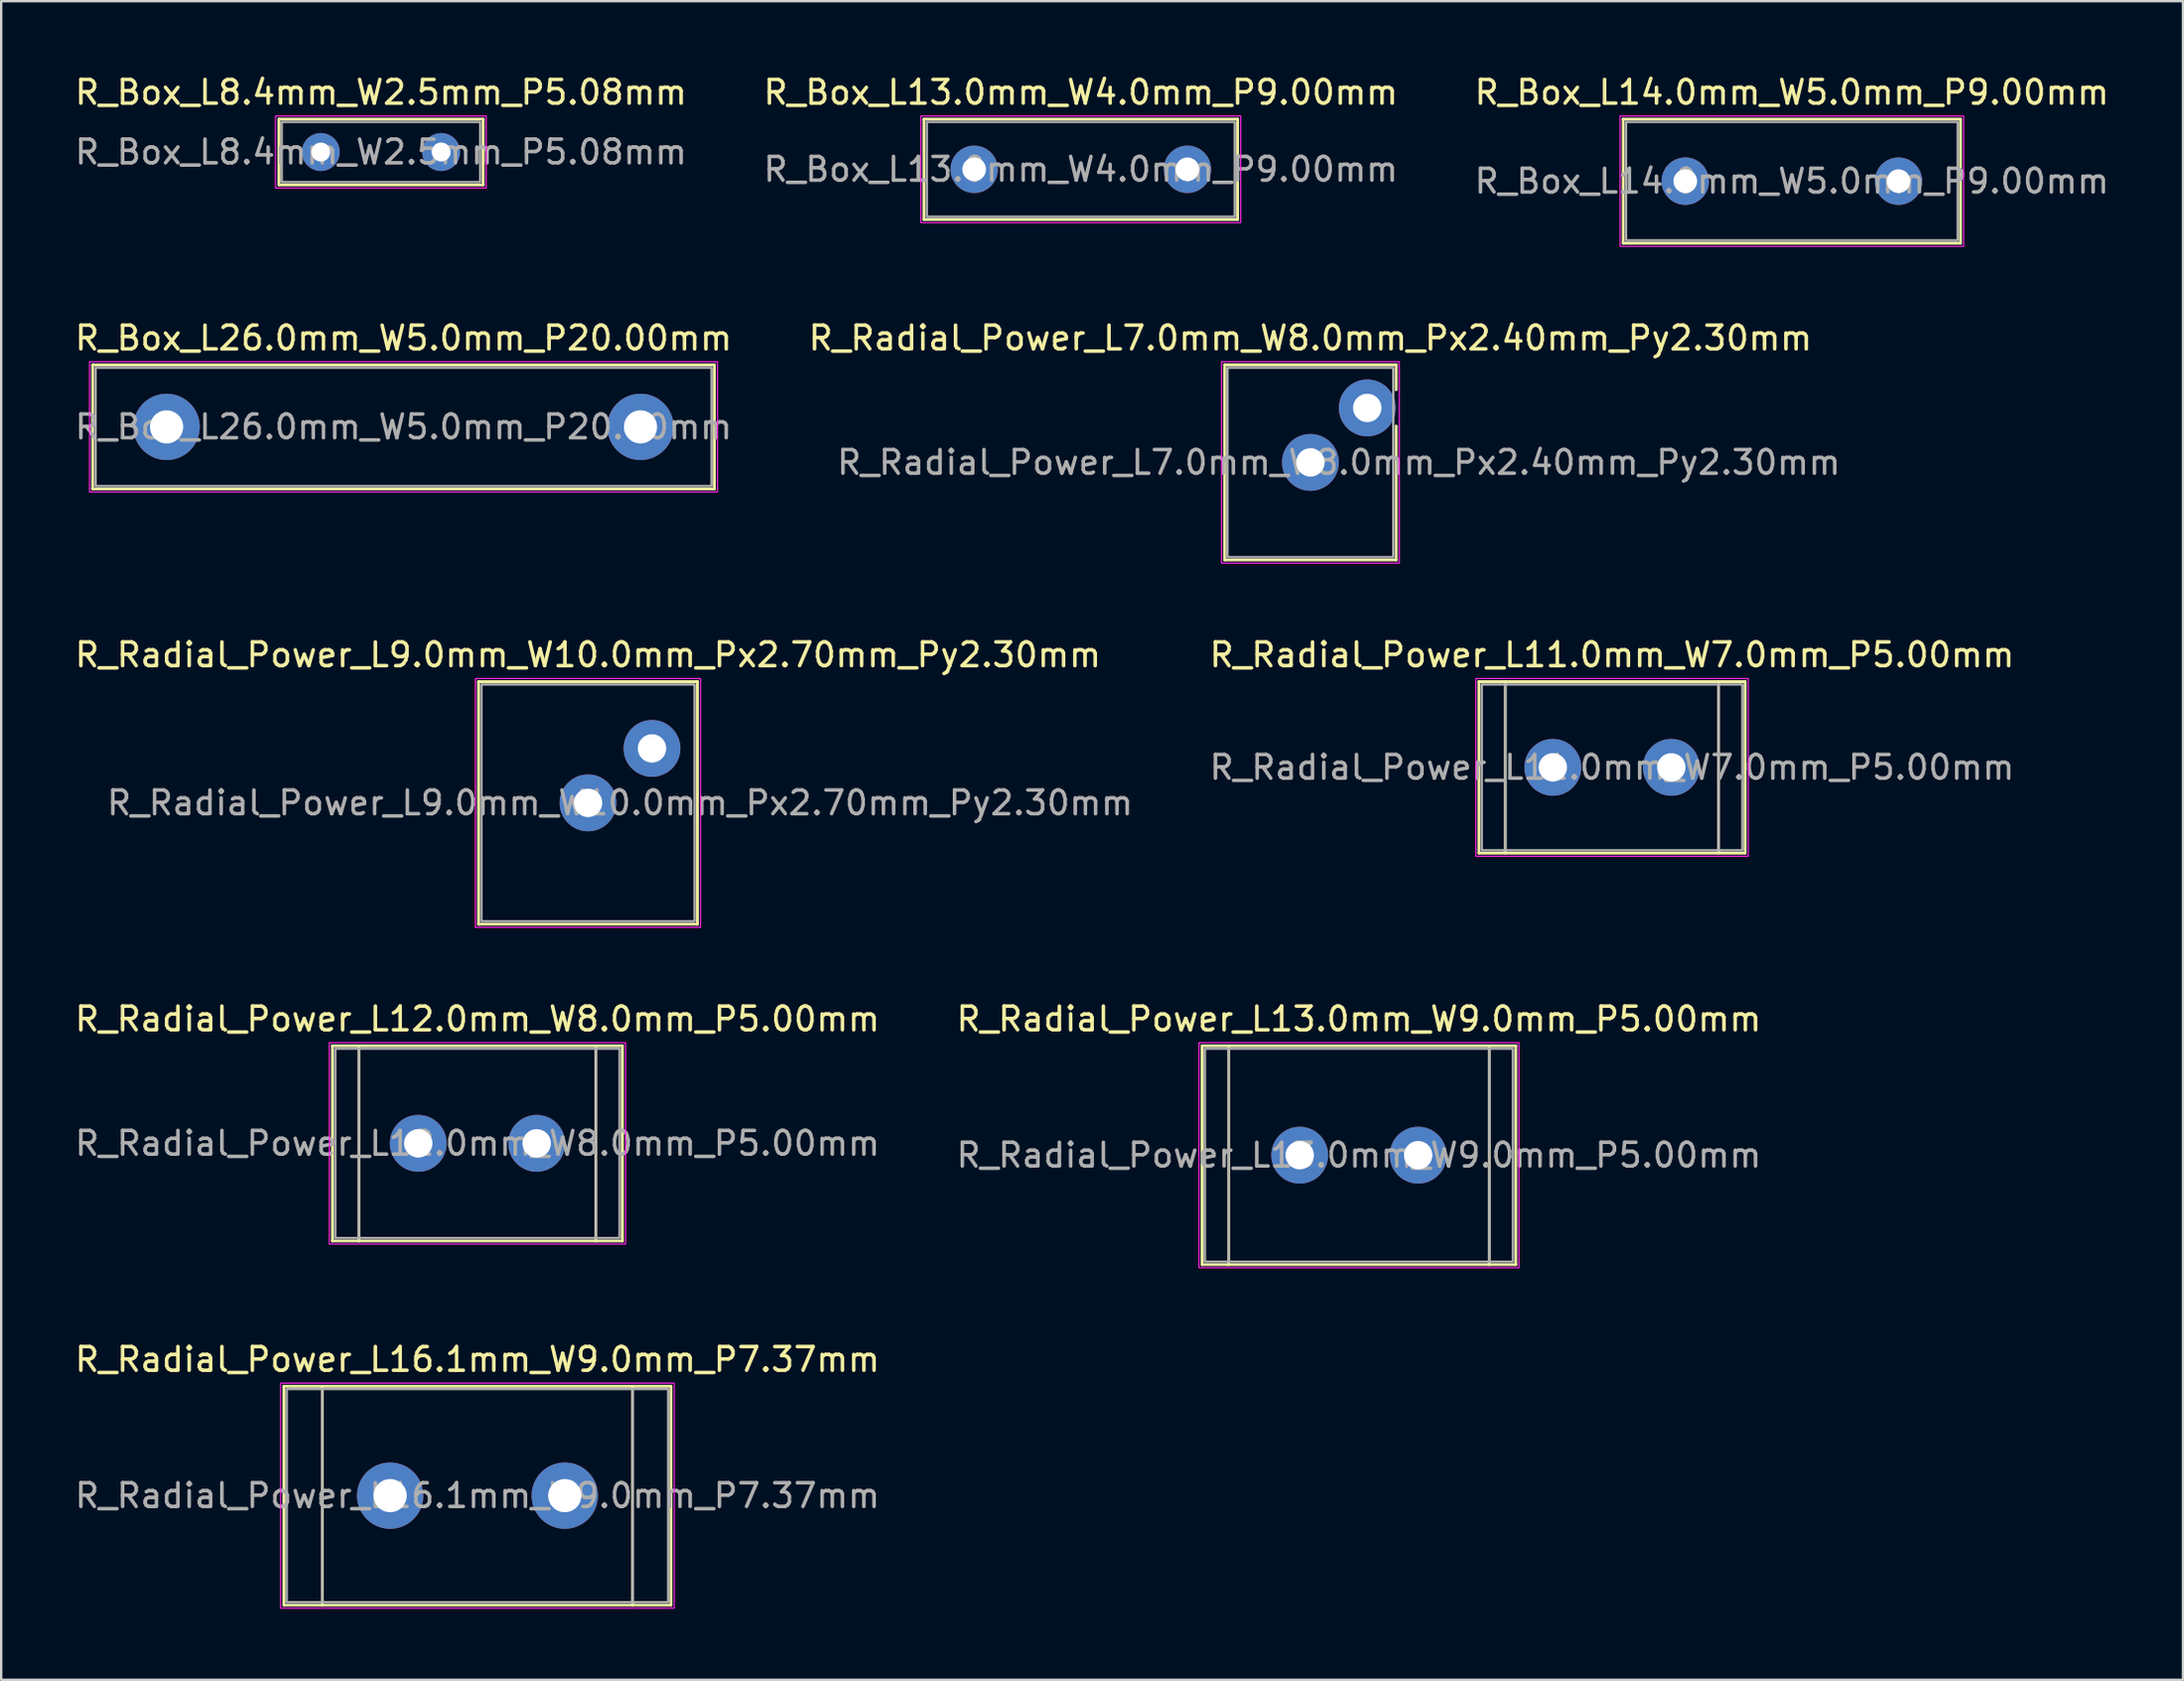
<source format=kicad_pcb>
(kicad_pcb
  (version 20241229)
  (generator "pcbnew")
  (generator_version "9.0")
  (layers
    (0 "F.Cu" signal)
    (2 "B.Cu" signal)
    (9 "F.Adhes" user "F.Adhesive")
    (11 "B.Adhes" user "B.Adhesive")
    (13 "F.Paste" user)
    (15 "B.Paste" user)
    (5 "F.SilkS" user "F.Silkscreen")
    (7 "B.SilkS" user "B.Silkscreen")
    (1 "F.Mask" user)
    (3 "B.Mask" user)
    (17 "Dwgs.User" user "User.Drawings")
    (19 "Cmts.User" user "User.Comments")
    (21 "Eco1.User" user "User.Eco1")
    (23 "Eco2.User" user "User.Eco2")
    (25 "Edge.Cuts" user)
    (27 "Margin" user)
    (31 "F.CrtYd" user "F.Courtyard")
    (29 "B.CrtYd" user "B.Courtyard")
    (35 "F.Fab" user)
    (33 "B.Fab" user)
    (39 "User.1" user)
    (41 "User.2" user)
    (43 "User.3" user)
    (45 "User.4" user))
  (footprint "R_Radial_Power_L12.0mm_W8.0mm_P5.00mm"
    (layer "F.Cu")
    (at 14.601 45.218)
    (property "Reference" "R_Radial_Power_L12.0mm_W8.0mm_P5.00mm" (at 2.5 -5.25 0) (layer "F.SilkS") (effects (font (size 1 1) (thickness 0.15))))
    (attr through_hole)
    (fp_line (start -3.62 -4.12) (end -3.62 4.12) (stroke (width 0.12) (type solid)) (layer "F.SilkS"))
    (fp_line (start -3.62 -4.12) (end 8.62 -4.12) (stroke (width 0.12) (type solid)) (layer "F.SilkS"))
    (fp_line (start -3.62 4.12) (end 8.62 4.12) (stroke (width 0.12) (type solid)) (layer "F.SilkS"))
    (fp_line (start -2.5 -4.12) (end -2.5 4.12) (stroke (width 0.12) (type solid)) (layer "F.SilkS"))
    (fp_line (start 7.5 -4.12) (end 7.5 4.12) (stroke (width 0.12) (type solid)) (layer "F.SilkS"))
    (fp_line (start 8.62 -4.12) (end 8.62 4.12) (stroke (width 0.12) (type solid)) (layer "F.SilkS"))
    (fp_rect (start -3.75 -4.25) (end 8.75 4.25) (stroke (width 0.05) (type solid)) (fill no) (layer "F.CrtYd"))
    (fp_line (start -2.5 -4) (end -2.5 4) (stroke (width 0.1) (type solid)) (layer "F.Fab"))
    (fp_line (start 7.5 -4) (end 7.5 4) (stroke (width 0.1) (type solid)) (layer "F.Fab"))
    (fp_rect (start -3.5 -4) (end 8.5 4) (stroke (width 0.1) (type solid)) (fill no) (layer "F.Fab"))
    (fp_text user "${REFERENCE}" (at 2.5 0 0) (layer "F.Fab") (effects (font (size 1 1) (thickness 0.15))))
    (pad "1" thru_hole circle (at 0 0) (size 2.4 2.4) (drill 1.2) (layers "*.Cu" "*.Mask"))
    (pad "2" thru_hole circle (at 5 0) (size 2.4 2.4) (drill 1.2) (layers "*.Cu" "*.Mask")))
  (footprint "R_Box_L13.0mm_W4.0mm_P9.00mm"
    (layer "F.Cu")
    (at 38.065 4.098)
    (property "Reference" "R_Box_L13.0mm_W4.0mm_P9.00mm" (at 4.5 -3.25 0) (layer "F.SilkS") (effects (font (size 1 1) (thickness 0.15))))
    (attr through_hole)
    (fp_line (start -2.12 -2.12) (end -2.12 2.12) (stroke (width 0.12) (type solid)) (layer "F.SilkS"))
    (fp_line (start -2.12 -2.12) (end 11.12 -2.12) (stroke (width 0.12) (type solid)) (layer "F.SilkS"))
    (fp_line (start -2.12 2.12) (end 11.12 2.12) (stroke (width 0.12) (type solid)) (layer "F.SilkS"))
    (fp_line (start 11.12 -2.12) (end 11.12 2.12) (stroke (width 0.12) (type solid)) (layer "F.SilkS"))
    (fp_rect (start -2.25 -2.25) (end 11.25 2.25) (stroke (width 0.05) (type solid)) (fill no) (layer "F.CrtYd"))
    (fp_rect (start -2 -2) (end 11 2) (stroke (width 0.1) (type solid)) (fill no) (layer "F.Fab"))
    (fp_text user "${REFERENCE}" (at 4.5 0 0) (layer "F.Fab") (effects (font (size 1 1) (thickness 0.15))))
    (pad "1" thru_hole circle (at 0 0) (size 2 2) (drill 1) (layers "*.Cu" "*.Mask"))
    (pad "2" thru_hole circle (at 9 0) (size 2 2) (drill 1) (layers "*.Cu" "*.Mask")))
  (footprint "R_Radial_Power_L16.1mm_W9.0mm_P7.37mm"
    (layer "F.Cu")
    (at 13.416 60.091)
    (property "Reference" "R_Radial_Power_L16.1mm_W9.0mm_P7.37mm" (at 3.685 -5.75 0) (layer "F.SilkS") (effects (font (size 1 1) (thickness 0.15))))
    (attr through_hole)
    (fp_line (start -4.485 -4.62) (end -4.485 4.62) (stroke (width 0.12) (type solid)) (layer "F.SilkS"))
    (fp_line (start -4.485 -4.62) (end 11.855 -4.62) (stroke (width 0.12) (type solid)) (layer "F.SilkS"))
    (fp_line (start -4.485 4.62) (end 11.855 4.62) (stroke (width 0.12) (type solid)) (layer "F.SilkS"))
    (fp_line (start -2.865 -4.62) (end -2.865 4.62) (stroke (width 0.12) (type solid)) (layer "F.SilkS"))
    (fp_line (start 10.235 -4.62) (end 10.235 4.62) (stroke (width 0.12) (type solid)) (layer "F.SilkS"))
    (fp_line (start 11.855 -4.62) (end 11.855 4.62) (stroke (width 0.12) (type solid)) (layer "F.SilkS"))
    (fp_rect (start -4.62 -4.75) (end 11.99 4.75) (stroke (width 0.05) (type solid)) (fill no) (layer "F.CrtYd"))
    (fp_line (start -2.865 -4.5) (end -2.865 4.5) (stroke (width 0.1) (type solid)) (layer "F.Fab"))
    (fp_line (start 10.235 -4.5) (end 10.235 4.5) (stroke (width 0.1) (type solid)) (layer "F.Fab"))
    (fp_rect (start -4.365 -4.5) (end 11.735 4.5) (stroke (width 0.1) (type solid)) (fill no) (layer "F.Fab"))
    (fp_text user "${REFERENCE}" (at 3.685 0 0) (layer "F.Fab") (effects (font (size 1 1) (thickness 0.15))))
    (pad "1" thru_hole circle (at 0 0) (size 2.8 2.8) (drill 1.4) (layers "*.Cu" "*.Mask"))
    (pad "2" thru_hole circle (at 7.37 0) (size 2.8 2.8) (drill 1.4) (layers "*.Cu" "*.Mask")))
  (footprint "R_Radial_Power_L11.0mm_W7.0mm_P5.00mm"
    (layer "F.Cu")
    (at 62.487 29.345)
    (property "Reference" "R_Radial_Power_L11.0mm_W7.0mm_P5.00mm" (at 2.5 -4.75 0) (layer "F.SilkS") (effects (font (size 1 1) (thickness 0.15))))
    (attr through_hole)
    (fp_line (start -3.12 -3.62) (end -3.12 3.62) (stroke (width 0.12) (type solid)) (layer "F.SilkS"))
    (fp_line (start -3.12 -3.62) (end 8.12 -3.62) (stroke (width 0.12) (type solid)) (layer "F.SilkS"))
    (fp_line (start -3.12 3.62) (end 8.12 3.62) (stroke (width 0.12) (type solid)) (layer "F.SilkS"))
    (fp_line (start -2 -3.62) (end -2 3.62) (stroke (width 0.12) (type solid)) (layer "F.SilkS"))
    (fp_line (start 7 -3.62) (end 7 3.62) (stroke (width 0.12) (type solid)) (layer "F.SilkS"))
    (fp_line (start 8.12 -3.62) (end 8.12 3.62) (stroke (width 0.12) (type solid)) (layer "F.SilkS"))
    (fp_rect (start -3.25 -3.75) (end 8.25 3.75) (stroke (width 0.05) (type solid)) (fill no) (layer "F.CrtYd"))
    (fp_line (start -2 -3.5) (end -2 3.5) (stroke (width 0.1) (type solid)) (layer "F.Fab"))
    (fp_line (start 7 -3.5) (end 7 3.5) (stroke (width 0.1) (type solid)) (layer "F.Fab"))
    (fp_rect (start -3 -3.5) (end 8 3.5) (stroke (width 0.1) (type solid)) (fill no) (layer "F.Fab"))
    (fp_text user "${REFERENCE}" (at 2.5 0 0) (layer "F.Fab") (effects (font (size 1 1) (thickness 0.15))))
    (pad "1" thru_hole circle (at 0 0) (size 2.4 2.4) (drill 1.2) (layers "*.Cu" "*.Mask"))
    (pad "2" thru_hole circle (at 5 0) (size 2.4 2.4) (drill 1.2) (layers "*.Cu" "*.Mask")))
  (footprint "R_Box_L14.0mm_W5.0mm_P9.00mm"
    (layer "F.Cu")
    (at 68.077 4.598)
    (property "Reference" "R_Box_L14.0mm_W5.0mm_P9.00mm" (at 4.5 -3.75 0) (layer "F.SilkS") (effects (font (size 1 1) (thickness 0.15))))
    (attr through_hole)
    (fp_line (start -2.62 -2.62) (end -2.62 2.62) (stroke (width 0.12) (type solid)) (layer "F.SilkS"))
    (fp_line (start -2.62 -2.62) (end 11.62 -2.62) (stroke (width 0.12) (type solid)) (layer "F.SilkS"))
    (fp_line (start -2.62 2.62) (end 11.62 2.62) (stroke (width 0.12) (type solid)) (layer "F.SilkS"))
    (fp_line (start 11.62 -2.62) (end 11.62 2.62) (stroke (width 0.12) (type solid)) (layer "F.SilkS"))
    (fp_rect (start -2.75 -2.75) (end 11.75 2.75) (stroke (width 0.05) (type solid)) (fill no) (layer "F.CrtYd"))
    (fp_rect (start -2.5 -2.5) (end 11.5 2.5) (stroke (width 0.1) (type solid)) (fill no) (layer "F.Fab"))
    (fp_text user "${REFERENCE}" (at 4.5 0 0) (layer "F.Fab") (effects (font (size 1 1) (thickness 0.15))))
    (pad "1" thru_hole circle (at 0 0) (size 2 2) (drill 1) (layers "*.Cu" "*.Mask"))
    (pad "2" thru_hole circle (at 9 0) (size 2 2) (drill 1) (layers "*.Cu" "*.Mask")))
  (footprint "R_Box_L26.0mm_W5.0mm_P20.00mm"
    (layer "F.Cu")
    (at 3.982 14.972)
    (property "Reference" "R_Box_L26.0mm_W5.0mm_P20.00mm" (at 10 -3.75 0) (layer "F.SilkS") (effects (font (size 1 1) (thickness 0.15))))
    (attr through_hole)
    (fp_line (start -3.12 -2.62) (end -3.12 2.62) (stroke (width 0.12) (type solid)) (layer "F.SilkS"))
    (fp_line (start -3.12 -2.62) (end 23.12 -2.62) (stroke (width 0.12) (type solid)) (layer "F.SilkS"))
    (fp_line (start -3.12 2.62) (end 23.12 2.62) (stroke (width 0.12) (type solid)) (layer "F.SilkS"))
    (fp_line (start 23.12 -2.62) (end 23.12 2.62) (stroke (width 0.12) (type solid)) (layer "F.SilkS"))
    (fp_rect (start -3.25 -2.75) (end 23.25 2.75) (stroke (width 0.05) (type solid)) (fill no) (layer "F.CrtYd"))
    (fp_rect (start -3 -2.5) (end 23 2.5) (stroke (width 0.1) (type solid)) (fill no) (layer "F.Fab"))
    (fp_text user "${REFERENCE}" (at 10 0 0) (layer "F.Fab") (effects (font (size 1 1) (thickness 0.15))))
    (pad "1" thru_hole circle (at 0 0) (size 2.8 2.8) (drill 1.4) (layers "*.Cu" "*.Mask"))
    (pad "2" thru_hole circle (at 20 0) (size 2.8 2.8) (drill 1.4) (layers "*.Cu" "*.Mask")))
  (footprint "R_Radial_Power_L9.0mm_W10.0mm_Px2.70mm_Py2.30mm"
    (layer "F.Cu")
    (at 21.768 30.845)
    (property "Reference" "R_Radial_Power_L9.0mm_W10.0mm_Px2.70mm_Py2.30mm" (at 0 -6.25 0) (layer "F.SilkS") (effects (font (size 1 1) (thickness 0.15))))
    (attr through_hole)
    (fp_line (start -4.62 -5.12) (end -4.62 5.12) (stroke (width 0.12) (type solid)) (layer "F.SilkS"))
    (fp_line (start -4.62 -5.12) (end 4.62 -5.12) (stroke (width 0.12) (type solid)) (layer "F.SilkS"))
    (fp_line (start -4.62 5.12) (end 4.62 5.12) (stroke (width 0.12) (type solid)) (layer "F.SilkS"))
    (fp_line (start 4.62 -5.12) (end 4.62 5.12) (stroke (width 0.12) (type solid)) (layer "F.SilkS"))
    (fp_rect (start -4.75 -5.25) (end 4.75 5.25) (stroke (width 0.05) (type solid)) (fill no) (layer "F.CrtYd"))
    (fp_rect (start -4.5 -5) (end 4.5 5) (stroke (width 0.1) (type solid)) (fill no) (layer "F.Fab"))
    (fp_text user "${REFERENCE}" (at 1.35 0 0) (layer "F.Fab") (effects (font (size 1 1) (thickness 0.15))))
    (pad "1" thru_hole circle (at 0 0) (size 2.4 2.4) (drill 1.2) (layers "*.Cu" "*.Mask"))
    (pad "2" thru_hole circle (at 2.7 -2.3) (size 2.4 2.4) (drill 1.2) (layers "*.Cu" "*.Mask")))
  (footprint "R_Box_L8.4mm_W2.5mm_P5.08mm"
    (layer "F.Cu")
    (at 10.49 3.368)
    (property "Reference" "R_Box_L8.4mm_W2.5mm_P5.08mm" (at 2.54 -2.52 0) (layer "F.SilkS") (effects (font (size 1 1) (thickness 0.15))))
    (attr through_hole)
    (fp_line (start -1.77 -1.39) (end -1.77 1.39) (stroke (width 0.12) (type solid)) (layer "F.SilkS"))
    (fp_line (start -1.77 -1.39) (end 6.85 -1.39) (stroke (width 0.12) (type solid)) (layer "F.SilkS"))
    (fp_line (start -1.77 1.39) (end 6.85 1.39) (stroke (width 0.12) (type solid)) (layer "F.SilkS"))
    (fp_line (start 6.85 -1.39) (end 6.85 1.39) (stroke (width 0.12) (type solid)) (layer "F.SilkS"))
    (fp_rect (start -1.91 -1.52) (end 6.98 1.52) (stroke (width 0.05) (type solid)) (fill no) (layer "F.CrtYd"))
    (fp_rect (start -1.65 -1.27) (end 6.73 1.27) (stroke (width 0.1) (type solid)) (fill no) (layer "F.Fab"))
    (fp_text user "${REFERENCE}" (at 2.54 0 0) (layer "F.Fab") (effects (font (size 1 1) (thickness 0.15))))
    (pad "1" thru_hole circle (at 0 0) (size 1.6 1.6) (drill 0.8) (layers "*.Cu" "*.Mask"))
    (pad "2" thru_hole circle (at 5.08 0) (size 1.6 1.6) (drill 0.8) (layers "*.Cu" "*.Mask")))
  (footprint "R_Radial_Power_L7.0mm_W8.0mm_Px2.40mm_Py2.30mm"
    (layer "F.Cu")
    (at 52.256 16.471)
    (property "Reference" "R_Radial_Power_L7.0mm_W8.0mm_Px2.40mm_Py2.30mm" (at 0 -5.25 0) (layer "F.SilkS") (effects (font (size 1 1) (thickness 0.15))))
    (attr through_hole)
    (fp_line (start -3.62 -4.12) (end -3.62 4.12) (stroke (width 0.12) (type solid)) (layer "F.SilkS"))
    (fp_line (start -3.62 -4.12) (end 3.62 -4.12) (stroke (width 0.12) (type solid)) (layer "F.SilkS"))
    (fp_line (start -3.62 4.12) (end 3.62 4.12) (stroke (width 0.12) (type solid)) (layer "F.SilkS"))
    (fp_line (start 3.62 -4.12) (end 3.62 -3.065) (stroke (width 0.12) (type solid)) (layer "F.SilkS"))
    (fp_line (start 3.62 -1.535) (end 3.62 4.12) (stroke (width 0.12) (type solid)) (layer "F.SilkS"))
    (fp_rect (start -3.75 -4.25) (end 3.75 4.25) (stroke (width 0.05) (type solid)) (fill no) (layer "F.CrtYd"))
    (fp_rect (start -3.5 -4) (end 3.5 4) (stroke (width 0.1) (type solid)) (fill no) (layer "F.Fab"))
    (fp_text user "${REFERENCE}" (at 1.2 0 0) (layer "F.Fab") (effects (font (size 1 1) (thickness 0.15))))
    (pad "1" thru_hole circle (at 0 0) (size 2.4 2.4) (drill 1.2) (layers "*.Cu" "*.Mask"))
    (pad "2" thru_hole circle (at 2.4 -2.3) (size 2.4 2.4) (drill 1.2) (layers "*.Cu" "*.Mask")))
  (footprint "R_Radial_Power_L13.0mm_W9.0mm_P5.00mm"
    (layer "F.Cu")
    (at 51.804 45.718)
    (property "Reference" "R_Radial_Power_L13.0mm_W9.0mm_P5.00mm" (at 2.5 -5.75 0) (layer "F.SilkS") (effects (font (size 1 1) (thickness 0.15))))
    (attr through_hole)
    (fp_line (start -4.12 -4.62) (end -4.12 4.62) (stroke (width 0.12) (type solid)) (layer "F.SilkS"))
    (fp_line (start -4.12 -4.62) (end 9.12 -4.62) (stroke (width 0.12) (type solid)) (layer "F.SilkS"))
    (fp_line (start -4.12 4.62) (end 9.12 4.62) (stroke (width 0.12) (type solid)) (layer "F.SilkS"))
    (fp_line (start -3 -4.62) (end -3 4.62) (stroke (width 0.12) (type solid)) (layer "F.SilkS"))
    (fp_line (start 8 -4.62) (end 8 4.62) (stroke (width 0.12) (type solid)) (layer "F.SilkS"))
    (fp_line (start 9.12 -4.62) (end 9.12 4.62) (stroke (width 0.12) (type solid)) (layer "F.SilkS"))
    (fp_rect (start -4.25 -4.75) (end 9.25 4.75) (stroke (width 0.05) (type solid)) (fill no) (layer "F.CrtYd"))
    (fp_line (start -3 -4.5) (end -3 4.5) (stroke (width 0.1) (type solid)) (layer "F.Fab"))
    (fp_line (start 8 -4.5) (end 8 4.5) (stroke (width 0.1) (type solid)) (layer "F.Fab"))
    (fp_rect (start -4 -4.5) (end 9 4.5) (stroke (width 0.1) (type solid)) (fill no) (layer "F.Fab"))
    (fp_text user "${REFERENCE}" (at 2.5 0 0) (layer "F.Fab") (effects (font (size 1 1) (thickness 0.15))))
    (pad "1" thru_hole circle (at 0 0) (size 2.4 2.4) (drill 1.2) (layers "*.Cu" "*.Mask"))
    (pad "2" thru_hole circle (at 5 0) (size 2.4 2.4) (drill 1.2) (layers "*.Cu" "*.Mask")))
  (gr_rect
    (start -3 -3)
    (end 89.083 67.866)
    (stroke (width 0.1) (type default))
    (fill no)
    (layer "Edge.Cuts")))
</source>
